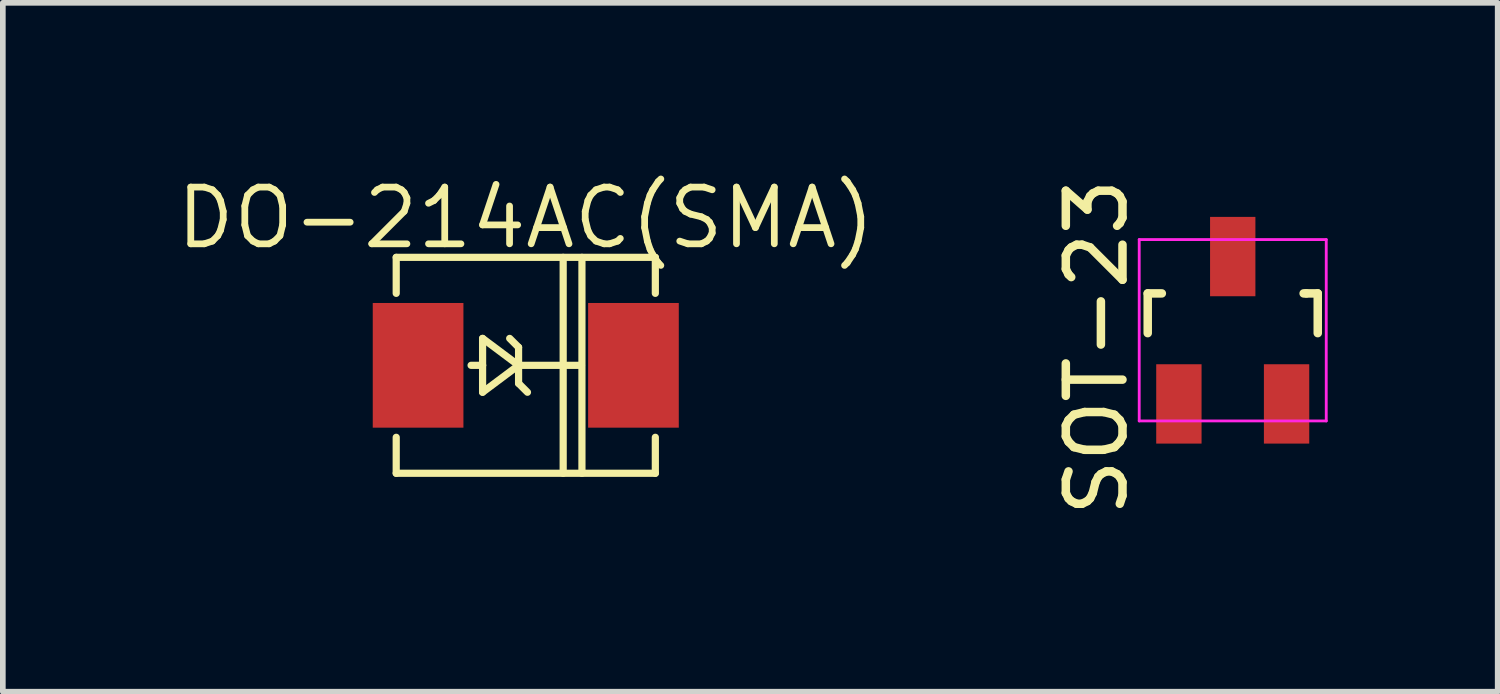
<source format=kicad_pcb>
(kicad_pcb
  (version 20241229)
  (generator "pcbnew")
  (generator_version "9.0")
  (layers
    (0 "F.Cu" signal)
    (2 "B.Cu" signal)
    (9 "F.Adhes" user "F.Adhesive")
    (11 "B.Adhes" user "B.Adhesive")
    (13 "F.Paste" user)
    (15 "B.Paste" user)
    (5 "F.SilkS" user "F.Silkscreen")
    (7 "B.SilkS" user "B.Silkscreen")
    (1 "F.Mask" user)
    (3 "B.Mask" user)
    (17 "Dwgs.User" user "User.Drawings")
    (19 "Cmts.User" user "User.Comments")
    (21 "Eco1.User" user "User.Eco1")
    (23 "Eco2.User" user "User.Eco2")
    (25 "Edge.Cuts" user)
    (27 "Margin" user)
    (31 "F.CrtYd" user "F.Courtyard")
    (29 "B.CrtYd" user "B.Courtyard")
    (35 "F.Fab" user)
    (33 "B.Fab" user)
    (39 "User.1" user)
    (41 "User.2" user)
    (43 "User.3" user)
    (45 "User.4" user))
  (footprint "SOT-23"
    (layer "F.Cu")
    (at 18.701 2.777)
    (property "Reference" "SOT-23" (at -2.4 0.3 90) (layer "F.SilkS") (effects (font (size 1 1) (thickness 0.15))))
    (attr smd)
    (fp_line (start -1.5 -0.65) (end -1.251 -0.65) (stroke (width 0.15) (type solid)) (layer "F.SilkS"))
    (fp_line (start -1.5 0.051) (end -1.5 -0.65) (stroke (width 0.15) (type solid)) (layer "F.SilkS"))
    (fp_line (start 1.299 -0.65) (end 1.251 -0.65) (stroke (width 0.15) (type solid)) (layer "F.SilkS"))
    (fp_line (start 1.299 -0.65) (end 1.5 -0.65) (stroke (width 0.15) (type solid)) (layer "F.SilkS"))
    (fp_line (start 1.5 -0.65) (end 1.5 0.051) (stroke (width 0.15) (type solid)) (layer "F.SilkS"))
    (fp_line (start -1.65 -1.6) (end 1.65 -1.6) (stroke (width 0.05) (type solid)) (layer "F.CrtYd"))
    (fp_line (start -1.65 1.6) (end -1.65 -1.6) (stroke (width 0.05) (type solid)) (layer "F.CrtYd"))
    (fp_line (start 1.65 -1.6) (end 1.65 1.6) (stroke (width 0.05) (type solid)) (layer "F.CrtYd"))
    (fp_line (start 1.65 1.6) (end -1.65 1.6) (stroke (width 0.05) (type solid)) (layer "F.CrtYd"))
    (pad "1" smd rect (at -0.95 1.3) (size 0.8 1.4) (layers "F.Cu" "F.Mask" "F.Paste"))
    (pad "2" smd rect (at 0.95 1.3) (size 0.8 1.4) (layers "F.Cu" "F.Mask" "F.Paste"))
    (pad "3" smd rect (at 0 -1.3) (size 0.8 1.4) (layers "F.Cu" "F.Mask" "F.Paste")))
  (footprint "DO-214AC(SMA)"
    (layer "F.Cu")
    (at 6.227 3.396)
    (property "Reference" "DO-214AC(SMA)" (at 0 -2.601 0) (layer "F.SilkS") (effects (font (size 1.001 1.001) (thickness 0.119))))
    (attr smd)
    (fp_line (start -2.286 -1.905) (end 2.286 -1.905) (stroke (width 0.127) (type solid)) (layer "F.SilkS"))
    (fp_line (start -2.286 -1.27) (end -2.286 -1.905) (stroke (width 0.127) (type solid)) (layer "F.SilkS"))
    (fp_line (start -2.286 1.27) (end -2.286 1.905) (stroke (width 0.127) (type solid)) (layer "F.SilkS"))
    (fp_line (start -2.286 1.905) (end 2.286 1.905) (stroke (width 0.127) (type solid)) (layer "F.SilkS"))
    (fp_line (start -0.762 -0.475) (end -0.762 0) (stroke (width 0.127) (type solid)) (layer "F.SilkS"))
    (fp_line (start -0.762 0) (end -0.965 0) (stroke (width 0.127) (type solid)) (layer "F.SilkS"))
    (fp_line (start -0.762 0) (end -0.762 0.475) (stroke (width 0.127) (type solid)) (layer "F.SilkS"))
    (fp_line (start -0.762 0.475) (end -0.127 0) (stroke (width 0.127) (type solid)) (layer "F.SilkS"))
    (fp_line (start -0.127 -0.318) (end -0.284 -0.475) (stroke (width 0.127) (type solid)) (layer "F.SilkS"))
    (fp_line (start -0.127 0) (end -0.762 -0.475) (stroke (width 0.127) (type solid)) (layer "F.SilkS"))
    (fp_line (start -0.127 0) (end -0.127 -0.318) (stroke (width 0.127) (type solid)) (layer "F.SilkS"))
    (fp_line (start -0.127 0) (end -0.127 0.318) (stroke (width 0.127) (type solid)) (layer "F.SilkS"))
    (fp_line (start -0.127 0) (end 0.983 0) (stroke (width 0.127) (type solid)) (layer "F.SilkS"))
    (fp_line (start -0.127 0.318) (end 0.03 0.475) (stroke (width 0.127) (type solid)) (layer "F.SilkS"))
    (fp_line (start 0.66 1.905) (end 0.66 -1.905) (stroke (width 0.127) (type solid)) (layer "F.SilkS"))
    (fp_line (start 0.991 1.905) (end 0.991 -1.905) (stroke (width 0.127) (type solid)) (layer "F.SilkS"))
    (fp_line (start 2.286 -1.905) (end 2.286 -1.27) (stroke (width 0.127) (type solid)) (layer "F.SilkS"))
    (fp_line (start 2.286 1.905) (end 2.286 1.27) (stroke (width 0.127) (type solid)) (layer "F.SilkS"))
    (pad "1" smd rect (at -1.9 0) (size 1.6 2.2) (layers "F.Cu" "F.Mask" "F.Paste"))
    (pad "2" smd rect (at 1.9 0) (size 1.6 2.2) (layers "F.Cu" "F.Mask" "F.Paste")))
  (gr_rect
    (start -3 -3)
    (end 23.376 9.155)
    (stroke (width 0.1) (type default))
    (fill no)
    (layer "Edge.Cuts")))
</source>
